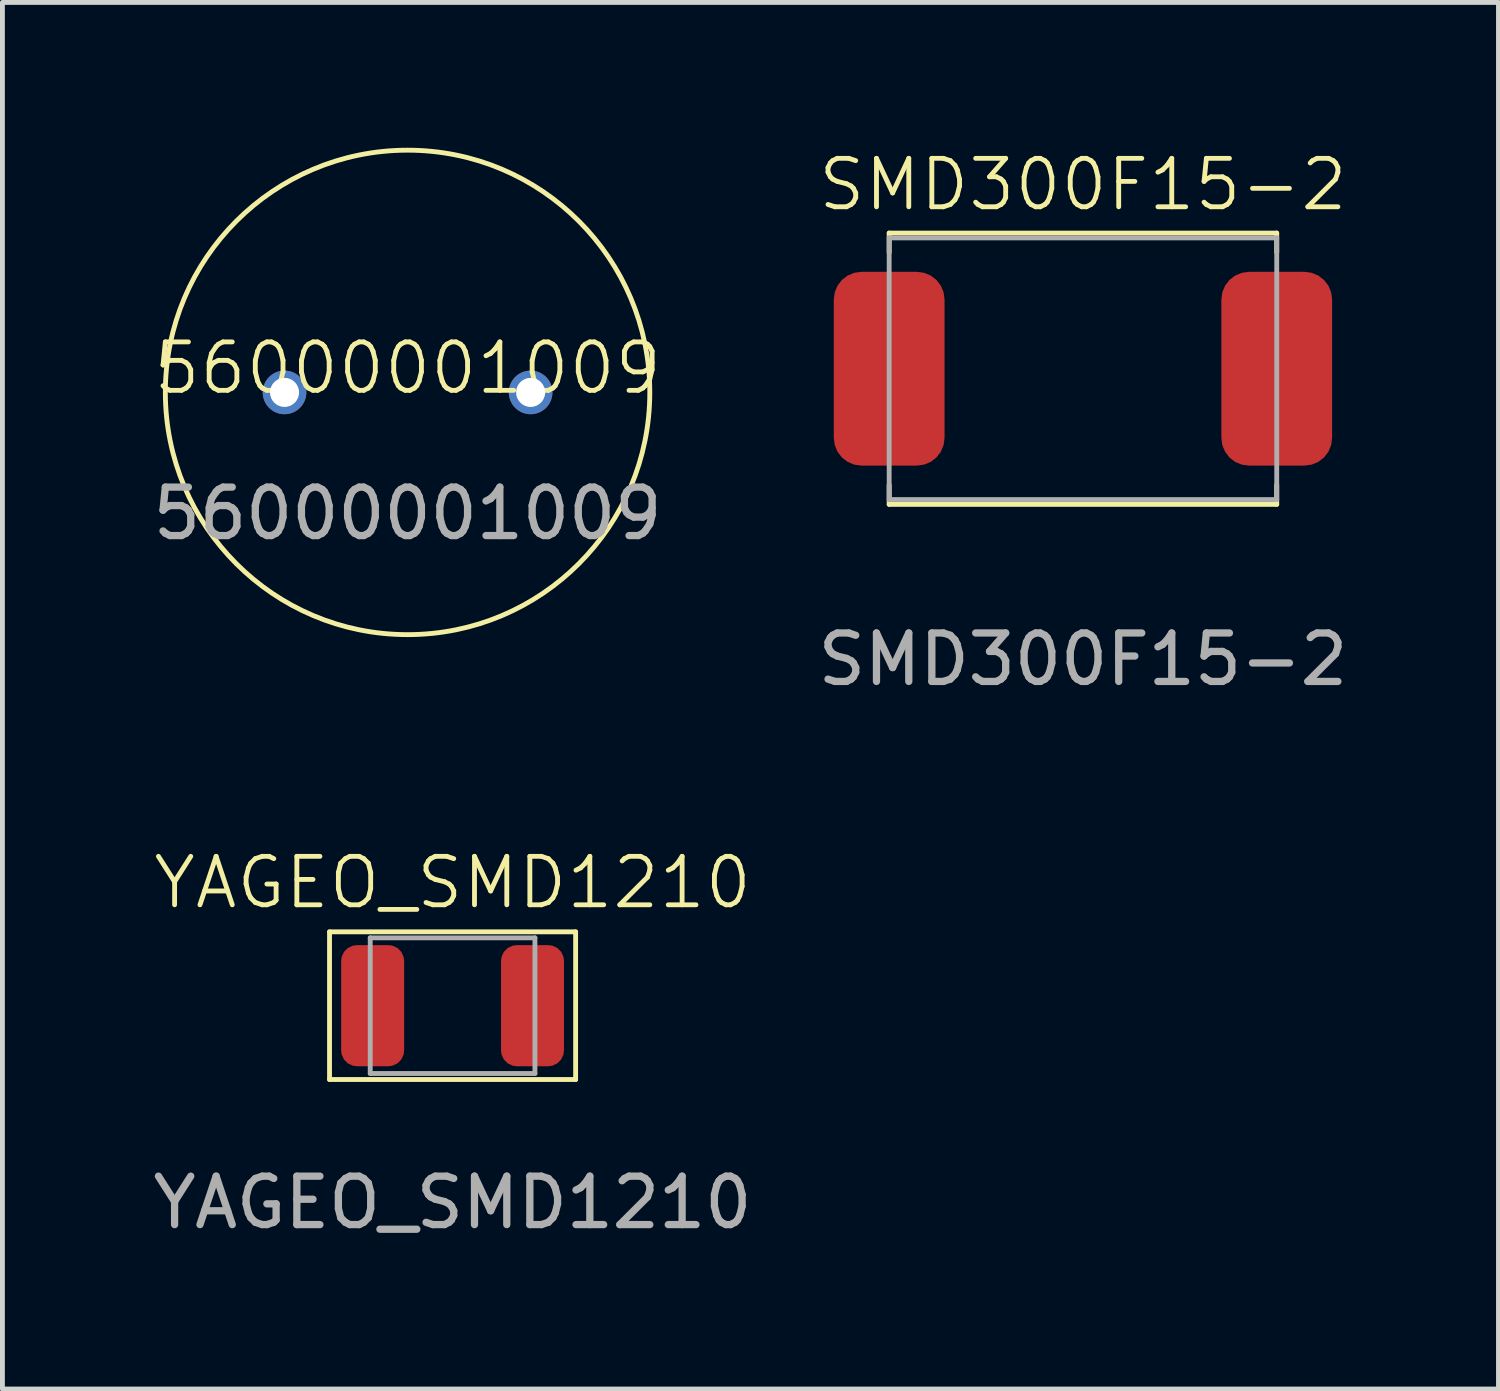
<source format=kicad_pcb>
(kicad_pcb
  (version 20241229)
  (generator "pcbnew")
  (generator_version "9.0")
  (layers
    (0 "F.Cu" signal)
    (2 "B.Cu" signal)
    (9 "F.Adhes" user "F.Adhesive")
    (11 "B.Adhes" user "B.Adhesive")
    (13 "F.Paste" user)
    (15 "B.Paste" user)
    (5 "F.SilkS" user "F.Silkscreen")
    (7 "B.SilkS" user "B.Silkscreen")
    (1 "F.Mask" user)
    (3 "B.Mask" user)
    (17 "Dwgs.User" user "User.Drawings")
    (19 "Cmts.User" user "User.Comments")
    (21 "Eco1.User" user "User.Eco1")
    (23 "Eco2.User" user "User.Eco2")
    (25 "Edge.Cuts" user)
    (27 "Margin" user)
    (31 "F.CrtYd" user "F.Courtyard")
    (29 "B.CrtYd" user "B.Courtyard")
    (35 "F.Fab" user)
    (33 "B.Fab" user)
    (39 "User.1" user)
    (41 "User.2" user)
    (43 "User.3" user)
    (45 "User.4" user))
  (footprint "56000001009"
    (layer "F.Cu")
    (at 5.363 5.05)
    (property "Reference" "56000001009" (at 0 -0.5 0) (unlocked yes) (layer "F.SilkS") (effects (font (size 1 1) (thickness 0.1))))
    (attr smd)
    (fp_circle (center 0 0) (end -5 0) (stroke (width 0.1) (type default)) (fill no) (layer "F.SilkS"))
    (fp_text user "${REFERENCE}" (at 0 2.5 0) (unlocked yes) (layer "F.Fab") (effects (font (size 1 1) (thickness 0.15))))
    (pad "1" thru_hole circle (at -2.54 0) (size 0.9 0.9) (drill 0.6) (layers "*.Cu" "*.Mask"))
    (pad "2" thru_hole circle (at 2.54 0) (size 0.9 0.9) (drill 0.6) (layers "*.Cu" "*.Mask")))
  (footprint "SMD300F15-2"
    (layer "F.Cu")
    (at 19.304 4.561)
    (property "Reference" "SMD300F15-2" (at 0 -3.8 0) (unlocked yes) (layer "F.SilkS") (effects (font (size 1 1) (thickness 0.1))))
    (attr smd)
    (fp_line (start -4 -2.8) (end 4 -2.8) (stroke (width 0.1) (type default)) (layer "F.SilkS"))
    (fp_line (start -4 -2.4) (end -4 -2.8) (stroke (width 0.1) (type default)) (layer "F.SilkS"))
    (fp_line (start -4 2.8) (end -4 2.4) (stroke (width 0.1) (type default)) (layer "F.SilkS"))
    (fp_line (start 4 -2.8) (end 4 -2.4) (stroke (width 0.1) (type default)) (layer "F.SilkS"))
    (fp_line (start 4 2.4) (end 4 2.8) (stroke (width 0.1) (type default)) (layer "F.SilkS"))
    (fp_line (start 4 2.8) (end -4 2.8) (stroke (width 0.1) (type default)) (layer "F.SilkS"))
    (fp_line (start -4 -2.7) (end 4 -2.7) (stroke (width 0.1) (type default)) (layer "F.Fab"))
    (fp_line (start -4 2.7) (end -4 -2.7) (stroke (width 0.1) (type default)) (layer "F.Fab"))
    (fp_line (start 4 -2.7) (end 4 2.7) (stroke (width 0.1) (type default)) (layer "F.Fab"))
    (fp_line (start 4 2.7) (end -4 2.7) (stroke (width 0.1) (type default)) (layer "F.Fab"))
    (fp_text user "${REFERENCE}" (at 0 6 0) (unlocked yes) (layer "F.Fab") (effects (font (size 1 1) (thickness 0.15))))
    (pad "1" smd roundrect (at -4 0) (size 2.286 4) (layers "F.Cu" "F.Mask" "F.Paste") (roundrect_rratio 0.25))
    (pad "2" smd roundrect (at 4 0) (size 2.286 4) (layers "F.Cu" "F.Mask" "F.Paste") (roundrect_rratio 0.25)))
  (footprint "YAGEO_SMD1210"
    (layer "F.Cu")
    (at 6.292 17.709)
    (property "Reference" "YAGEO_SMD1210" (at 0 -2.54 0) (unlocked yes) (layer "F.SilkS") (effects (font (size 1 1) (thickness 0.1))))
    (attr smd)
    (fp_line (start -2.54 -1.524) (end 2.54 -1.524) (stroke (width 0.1) (type default)) (layer "F.SilkS"))
    (fp_line (start -2.54 1.524) (end -2.54 -1.524) (stroke (width 0.1) (type default)) (layer "F.SilkS"))
    (fp_line (start 2.54 -1.524) (end 2.54 1.524) (stroke (width 0.1) (type default)) (layer "F.SilkS"))
    (fp_line (start 2.54 1.524) (end -2.54 1.524) (stroke (width 0.1) (type default)) (layer "F.SilkS"))
    (fp_line (start -1.7 -1.4) (end 1.7 -1.4) (stroke (width 0.1) (type default)) (layer "F.Fab"))
    (fp_line (start -1.7 1.4) (end -1.7 -1.4) (stroke (width 0.1) (type default)) (layer "F.Fab"))
    (fp_line (start 1.7 -1.4) (end 1.7 1.4) (stroke (width 0.1) (type default)) (layer "F.Fab"))
    (fp_line (start 1.7 1.4) (end -1.7 1.4) (stroke (width 0.1) (type default)) (layer "F.Fab"))
    (fp_text user "${REFERENCE}" (at 0 4.064 0) (unlocked yes) (layer "F.Fab") (effects (font (size 1 1) (thickness 0.15))))
    (pad "1" smd roundrect (at -1.65 0) (size 1.3 2.5) (layers "F.Cu" "F.Mask" "F.Paste") (roundrect_rratio 0.25))
    (pad "2" smd roundrect (at 1.65 0) (size 1.3 2.5) (layers "F.Cu" "F.Mask" "F.Paste") (roundrect_rratio 0.25)))
  (gr_rect
    (start -3 -3)
    (end 27.881 25.622)
    (stroke (width 0.1) (type default))
    (fill no)
    (layer "Edge.Cuts")))
</source>
